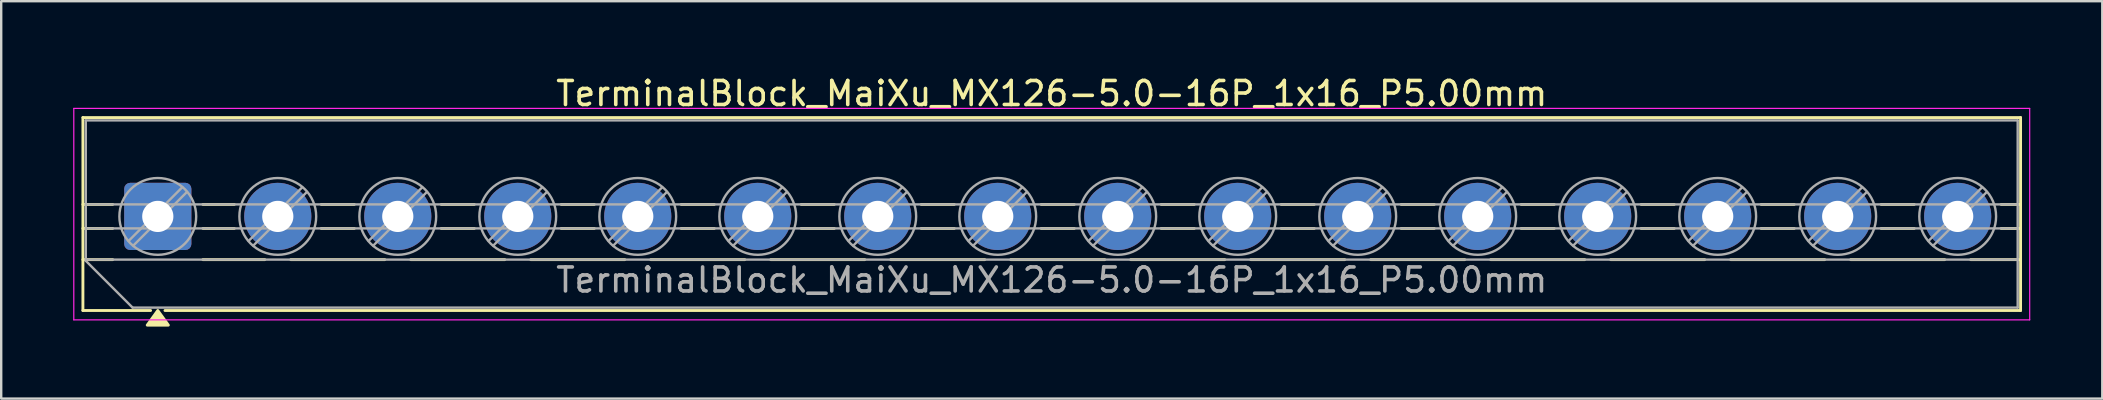
<source format=kicad_pcb>
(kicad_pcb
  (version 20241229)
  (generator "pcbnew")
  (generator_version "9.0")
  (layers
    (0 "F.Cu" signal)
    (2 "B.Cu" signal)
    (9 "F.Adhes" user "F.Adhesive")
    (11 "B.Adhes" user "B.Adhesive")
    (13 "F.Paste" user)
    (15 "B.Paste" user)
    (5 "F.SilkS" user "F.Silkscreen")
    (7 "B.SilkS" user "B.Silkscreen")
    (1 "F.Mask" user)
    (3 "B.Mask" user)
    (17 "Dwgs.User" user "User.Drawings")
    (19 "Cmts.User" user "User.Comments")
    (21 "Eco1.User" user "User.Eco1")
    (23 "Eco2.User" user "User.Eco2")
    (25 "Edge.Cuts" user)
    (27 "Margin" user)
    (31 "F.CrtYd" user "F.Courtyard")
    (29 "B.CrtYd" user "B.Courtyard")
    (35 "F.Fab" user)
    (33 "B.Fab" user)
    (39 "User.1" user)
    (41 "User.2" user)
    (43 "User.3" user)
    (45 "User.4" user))
  (footprint "TerminalBlock_MaiXu_MX126-5.0-16P_1x16_P5.00mm"
    (layer "F.Cu")
    (at 3.525 5.968)
    (property "Reference" "TerminalBlock_MaiXu_MX126-5.0-16P_1x16_P5.00mm" (at 37.25 -5.12 0) (layer "F.SilkS") (effects (font (size 1 1) (thickness 0.15))))
    (attr through_hole)
    (fp_line (start -3.12 -4.12) (end 77.62 -4.12) (stroke (width 0.12) (type solid)) (layer "F.SilkS"))
    (fp_line (start -3.12 -0.5) (end -1.88 -0.5) (stroke (width 0.12) (type solid)) (layer "F.SilkS"))
    (fp_line (start -3.12 0.5) (end -1.88 0.5) (stroke (width 0.12) (type solid)) (layer "F.SilkS"))
    (fp_line (start -3.12 1.8) (end -1.88 1.8) (stroke (width 0.12) (type solid)) (layer "F.SilkS"))
    (fp_line (start -3.12 3.92) (end -3.12 -4.12) (stroke (width 0.12) (type solid)) (layer "F.SilkS"))
    (fp_line (start -0.3 3.92) (end -3.12 3.92) (stroke (width 0.12) (type solid)) (layer "F.SilkS"))
    (fp_line (start 1.88 -0.5) (end 3.188 -0.5) (stroke (width 0.12) (type solid)) (layer "F.SilkS"))
    (fp_line (start 1.88 0.5) (end 3.188 0.5) (stroke (width 0.12) (type solid)) (layer "F.SilkS"))
    (fp_line (start 1.88 1.8) (end 4.457 1.8) (stroke (width 0.12) (type solid)) (layer "F.SilkS"))
    (fp_line (start 5.543 1.8) (end 9.457 1.8) (stroke (width 0.12) (type solid)) (layer "F.SilkS"))
    (fp_line (start 6.812 -0.5) (end 8.188 -0.5) (stroke (width 0.12) (type solid)) (layer "F.SilkS"))
    (fp_line (start 6.812 0.5) (end 8.188 0.5) (stroke (width 0.12) (type solid)) (layer "F.SilkS"))
    (fp_line (start 10.543 1.8) (end 14.457 1.8) (stroke (width 0.12) (type solid)) (layer "F.SilkS"))
    (fp_line (start 11.812 -0.5) (end 13.188 -0.5) (stroke (width 0.12) (type solid)) (layer "F.SilkS"))
    (fp_line (start 11.812 0.5) (end 13.188 0.5) (stroke (width 0.12) (type solid)) (layer "F.SilkS"))
    (fp_line (start 15.543 1.8) (end 19.457 1.8) (stroke (width 0.12) (type solid)) (layer "F.SilkS"))
    (fp_line (start 16.812 -0.5) (end 18.188 -0.5) (stroke (width 0.12) (type solid)) (layer "F.SilkS"))
    (fp_line (start 16.812 0.5) (end 18.188 0.5) (stroke (width 0.12) (type solid)) (layer "F.SilkS"))
    (fp_line (start 20.543 1.8) (end 24.457 1.8) (stroke (width 0.12) (type solid)) (layer "F.SilkS"))
    (fp_line (start 21.812 -0.5) (end 23.188 -0.5) (stroke (width 0.12) (type solid)) (layer "F.SilkS"))
    (fp_line (start 21.812 0.5) (end 23.188 0.5) (stroke (width 0.12) (type solid)) (layer "F.SilkS"))
    (fp_line (start 25.543 1.8) (end 29.457 1.8) (stroke (width 0.12) (type solid)) (layer "F.SilkS"))
    (fp_line (start 26.812 -0.5) (end 28.188 -0.5) (stroke (width 0.12) (type solid)) (layer "F.SilkS"))
    (fp_line (start 26.812 0.5) (end 28.188 0.5) (stroke (width 0.12) (type solid)) (layer "F.SilkS"))
    (fp_line (start 30.543 1.8) (end 34.457 1.8) (stroke (width 0.12) (type solid)) (layer "F.SilkS"))
    (fp_line (start 31.812 -0.5) (end 33.188 -0.5) (stroke (width 0.12) (type solid)) (layer "F.SilkS"))
    (fp_line (start 31.812 0.5) (end 33.188 0.5) (stroke (width 0.12) (type solid)) (layer "F.SilkS"))
    (fp_line (start 35.543 1.8) (end 39.457 1.8) (stroke (width 0.12) (type solid)) (layer "F.SilkS"))
    (fp_line (start 36.812 -0.5) (end 38.188 -0.5) (stroke (width 0.12) (type solid)) (layer "F.SilkS"))
    (fp_line (start 36.812 0.5) (end 38.188 0.5) (stroke (width 0.12) (type solid)) (layer "F.SilkS"))
    (fp_line (start 40.543 1.8) (end 44.457 1.8) (stroke (width 0.12) (type solid)) (layer "F.SilkS"))
    (fp_line (start 41.812 -0.5) (end 43.188 -0.5) (stroke (width 0.12) (type solid)) (layer "F.SilkS"))
    (fp_line (start 41.812 0.5) (end 43.188 0.5) (stroke (width 0.12) (type solid)) (layer "F.SilkS"))
    (fp_line (start 45.543 1.8) (end 49.457 1.8) (stroke (width 0.12) (type solid)) (layer "F.SilkS"))
    (fp_line (start 46.812 -0.5) (end 48.188 -0.5) (stroke (width 0.12) (type solid)) (layer "F.SilkS"))
    (fp_line (start 46.812 0.5) (end 48.188 0.5) (stroke (width 0.12) (type solid)) (layer "F.SilkS"))
    (fp_line (start 50.543 1.8) (end 54.457 1.8) (stroke (width 0.12) (type solid)) (layer "F.SilkS"))
    (fp_line (start 51.812 -0.5) (end 53.188 -0.5) (stroke (width 0.12) (type solid)) (layer "F.SilkS"))
    (fp_line (start 51.812 0.5) (end 53.188 0.5) (stroke (width 0.12) (type solid)) (layer "F.SilkS"))
    (fp_line (start 55.543 1.8) (end 59.457 1.8) (stroke (width 0.12) (type solid)) (layer "F.SilkS"))
    (fp_line (start 56.812 -0.5) (end 58.188 -0.5) (stroke (width 0.12) (type solid)) (layer "F.SilkS"))
    (fp_line (start 56.812 0.5) (end 58.188 0.5) (stroke (width 0.12) (type solid)) (layer "F.SilkS"))
    (fp_line (start 60.543 1.8) (end 64.457 1.8) (stroke (width 0.12) (type solid)) (layer "F.SilkS"))
    (fp_line (start 61.812 -0.5) (end 63.188 -0.5) (stroke (width 0.12) (type solid)) (layer "F.SilkS"))
    (fp_line (start 61.812 0.5) (end 63.188 0.5) (stroke (width 0.12) (type solid)) (layer "F.SilkS"))
    (fp_line (start 65.543 1.8) (end 69.457 1.8) (stroke (width 0.12) (type solid)) (layer "F.SilkS"))
    (fp_line (start 66.812 -0.5) (end 68.188 -0.5) (stroke (width 0.12) (type solid)) (layer "F.SilkS"))
    (fp_line (start 66.812 0.5) (end 68.188 0.5) (stroke (width 0.12) (type solid)) (layer "F.SilkS"))
    (fp_line (start 70.543 1.8) (end 74.457 1.8) (stroke (width 0.12) (type solid)) (layer "F.SilkS"))
    (fp_line (start 71.812 -0.5) (end 73.188 -0.5) (stroke (width 0.12) (type solid)) (layer "F.SilkS"))
    (fp_line (start 71.812 0.5) (end 73.188 0.5) (stroke (width 0.12) (type solid)) (layer "F.SilkS"))
    (fp_line (start 75.543 1.8) (end 77.62 1.8) (stroke (width 0.12) (type solid)) (layer "F.SilkS"))
    (fp_line (start 76.812 -0.5) (end 77.62 -0.5) (stroke (width 0.12) (type solid)) (layer "F.SilkS"))
    (fp_line (start 76.812 0.5) (end 77.62 0.5) (stroke (width 0.12) (type solid)) (layer "F.SilkS"))
    (fp_line (start 77.62 -4.12) (end 77.62 3.92) (stroke (width 0.12) (type solid)) (layer "F.SilkS"))
    (fp_line (start 77.62 3.92) (end 0.3 3.92) (stroke (width 0.12) (type solid)) (layer "F.SilkS"))
    (fp_poly (pts (xy 0 3.92) (xy 0.44 4.53) (xy -0.44 4.53)) (stroke (width 0.12) (type solid)) (fill yes) (layer "F.SilkS"))
    (fp_line (start -3.5 -4.5) (end -3.5 4.31) (stroke (width 0.05) (type solid)) (layer "F.CrtYd"))
    (fp_line (start -3.5 4.31) (end 78 4.31) (stroke (width 0.05) (type solid)) (layer "F.CrtYd"))
    (fp_line (start 78 -4.5) (end -3.5 -4.5) (stroke (width 0.05) (type solid)) (layer "F.CrtYd"))
    (fp_line (start 78 4.31) (end 78 -4.5) (stroke (width 0.05) (type solid)) (layer "F.CrtYd"))
    (fp_line (start -3 -4) (end 77.5 -4) (stroke (width 0.1) (type solid)) (layer "F.Fab"))
    (fp_line (start -3 -0.5) (end 77.5 -0.5) (stroke (width 0.1) (type solid)) (layer "F.Fab"))
    (fp_line (start -3 0.5) (end 77.5 0.5) (stroke (width 0.1) (type solid)) (layer "F.Fab"))
    (fp_line (start -3 1.8) (end 77.5 1.8) (stroke (width 0.1) (type solid)) (layer "F.Fab"))
    (fp_line (start -3 1.85) (end -3 -4) (stroke (width 0.1) (type solid)) (layer "F.Fab"))
    (fp_line (start -1.05 3.8) (end -3 1.85) (stroke (width 0.1) (type solid)) (layer "F.Fab"))
    (fp_line (start 1.018 -1.213) (end -1.213 1.018) (stroke (width 0.1) (type solid)) (layer "F.Fab"))
    (fp_line (start 1.213 -1.018) (end -1.018 1.213) (stroke (width 0.1) (type solid)) (layer "F.Fab"))
    (fp_line (start 6.018 -1.213) (end 3.787 1.018) (stroke (width 0.1) (type solid)) (layer "F.Fab"))
    (fp_line (start 6.213 -1.018) (end 3.982 1.213) (stroke (width 0.1) (type solid)) (layer "F.Fab"))
    (fp_line (start 11.018 -1.213) (end 8.787 1.018) (stroke (width 0.1) (type solid)) (layer "F.Fab"))
    (fp_line (start 11.213 -1.018) (end 8.982 1.213) (stroke (width 0.1) (type solid)) (layer "F.Fab"))
    (fp_line (start 16.018 -1.213) (end 13.787 1.018) (stroke (width 0.1) (type solid)) (layer "F.Fab"))
    (fp_line (start 16.213 -1.018) (end 13.982 1.213) (stroke (width 0.1) (type solid)) (layer "F.Fab"))
    (fp_line (start 21.018 -1.213) (end 18.787 1.018) (stroke (width 0.1) (type solid)) (layer "F.Fab"))
    (fp_line (start 21.213 -1.018) (end 18.982 1.213) (stroke (width 0.1) (type solid)) (layer "F.Fab"))
    (fp_line (start 26.018 -1.213) (end 23.787 1.018) (stroke (width 0.1) (type solid)) (layer "F.Fab"))
    (fp_line (start 26.213 -1.018) (end 23.982 1.213) (stroke (width 0.1) (type solid)) (layer "F.Fab"))
    (fp_line (start 31.018 -1.213) (end 28.787 1.018) (stroke (width 0.1) (type solid)) (layer "F.Fab"))
    (fp_line (start 31.213 -1.018) (end 28.982 1.213) (stroke (width 0.1) (type solid)) (layer "F.Fab"))
    (fp_line (start 36.018 -1.213) (end 33.787 1.018) (stroke (width 0.1) (type solid)) (layer "F.Fab"))
    (fp_line (start 36.213 -1.018) (end 33.982 1.213) (stroke (width 0.1) (type solid)) (layer "F.Fab"))
    (fp_line (start 41.018 -1.213) (end 38.787 1.018) (stroke (width 0.1) (type solid)) (layer "F.Fab"))
    (fp_line (start 41.213 -1.018) (end 38.982 1.213) (stroke (width 0.1) (type solid)) (layer "F.Fab"))
    (fp_line (start 46.018 -1.213) (end 43.787 1.018) (stroke (width 0.1) (type solid)) (layer "F.Fab"))
    (fp_line (start 46.213 -1.018) (end 43.982 1.213) (stroke (width 0.1) (type solid)) (layer "F.Fab"))
    (fp_line (start 51.018 -1.213) (end 48.787 1.018) (stroke (width 0.1) (type solid)) (layer "F.Fab"))
    (fp_line (start 51.213 -1.018) (end 48.982 1.213) (stroke (width 0.1) (type solid)) (layer "F.Fab"))
    (fp_line (start 56.018 -1.213) (end 53.787 1.018) (stroke (width 0.1) (type solid)) (layer "F.Fab"))
    (fp_line (start 56.213 -1.018) (end 53.982 1.213) (stroke (width 0.1) (type solid)) (layer "F.Fab"))
    (fp_line (start 61.018 -1.213) (end 58.787 1.018) (stroke (width 0.1) (type solid)) (layer "F.Fab"))
    (fp_line (start 61.213 -1.018) (end 58.982 1.213) (stroke (width 0.1) (type solid)) (layer "F.Fab"))
    (fp_line (start 66.018 -1.213) (end 63.787 1.018) (stroke (width 0.1) (type solid)) (layer "F.Fab"))
    (fp_line (start 66.213 -1.018) (end 63.982 1.213) (stroke (width 0.1) (type solid)) (layer "F.Fab"))
    (fp_line (start 71.018 -1.213) (end 68.787 1.018) (stroke (width 0.1) (type solid)) (layer "F.Fab"))
    (fp_line (start 71.213 -1.018) (end 68.982 1.213) (stroke (width 0.1) (type solid)) (layer "F.Fab"))
    (fp_line (start 76.018 -1.213) (end 73.787 1.018) (stroke (width 0.1) (type solid)) (layer "F.Fab"))
    (fp_line (start 76.213 -1.018) (end 73.982 1.213) (stroke (width 0.1) (type solid)) (layer "F.Fab"))
    (fp_line (start 77.5 -4) (end 77.5 3.8) (stroke (width 0.1) (type solid)) (layer "F.Fab"))
    (fp_line (start 77.5 3.8) (end -1.05 3.8) (stroke (width 0.1) (type solid)) (layer "F.Fab"))
    (fp_circle (center 0 0) (end 1.6 0) (stroke (width 0.1) (type solid)) (fill no) (layer "F.Fab"))
    (fp_circle (center 5 0) (end 6.6 0) (stroke (width 0.1) (type solid)) (fill no) (layer "F.Fab"))
    (fp_circle (center 10 0) (end 11.6 0) (stroke (width 0.1) (type solid)) (fill no) (layer "F.Fab"))
    (fp_circle (center 15 0) (end 16.6 0) (stroke (width 0.1) (type solid)) (fill no) (layer "F.Fab"))
    (fp_circle (center 20 0) (end 21.6 0) (stroke (width 0.1) (type solid)) (fill no) (layer "F.Fab"))
    (fp_circle (center 25 0) (end 26.6 0) (stroke (width 0.1) (type solid)) (fill no) (layer "F.Fab"))
    (fp_circle (center 30 0) (end 31.6 0) (stroke (width 0.1) (type solid)) (fill no) (layer "F.Fab"))
    (fp_circle (center 35 0) (end 36.6 0) (stroke (width 0.1) (type solid)) (fill no) (layer "F.Fab"))
    (fp_circle (center 40 0) (end 41.6 0) (stroke (width 0.1) (type solid)) (fill no) (layer "F.Fab"))
    (fp_circle (center 45 0) (end 46.6 0) (stroke (width 0.1) (type solid)) (fill no) (layer "F.Fab"))
    (fp_circle (center 50 0) (end 51.6 0) (stroke (width 0.1) (type solid)) (fill no) (layer "F.Fab"))
    (fp_circle (center 55 0) (end 56.6 0) (stroke (width 0.1) (type solid)) (fill no) (layer "F.Fab"))
    (fp_circle (center 60 0) (end 61.6 0) (stroke (width 0.1) (type solid)) (fill no) (layer "F.Fab"))
    (fp_circle (center 65 0) (end 66.6 0) (stroke (width 0.1) (type solid)) (fill no) (layer "F.Fab"))
    (fp_circle (center 70 0) (end 71.6 0) (stroke (width 0.1) (type solid)) (fill no) (layer "F.Fab"))
    (fp_circle (center 75 0) (end 76.6 0) (stroke (width 0.1) (type solid)) (fill no) (layer "F.Fab"))
    (fp_text user "${REFERENCE}" (at 37.25 2.65 0) (layer "F.Fab") (effects (font (size 1 1) (thickness 0.15))))
    (pad "1" thru_hole roundrect (at 0 0) (size 2.8 2.8) (drill 1.3) (layers "*.Cu" "*.Mask") (roundrect_rratio 0.089))
    (pad "2" thru_hole circle (at 5 0) (size 2.8 2.8) (drill 1.3) (layers "*.Cu" "*.Mask"))
    (pad "3" thru_hole circle (at 10 0) (size 2.8 2.8) (drill 1.3) (layers "*.Cu" "*.Mask"))
    (pad "4" thru_hole circle (at 15 0) (size 2.8 2.8) (drill 1.3) (layers "*.Cu" "*.Mask"))
    (pad "5" thru_hole circle (at 20 0) (size 2.8 2.8) (drill 1.3) (layers "*.Cu" "*.Mask"))
    (pad "6" thru_hole circle (at 25 0) (size 2.8 2.8) (drill 1.3) (layers "*.Cu" "*.Mask"))
    (pad "7" thru_hole circle (at 30 0) (size 2.8 2.8) (drill 1.3) (layers "*.Cu" "*.Mask"))
    (pad "8" thru_hole circle (at 35 0) (size 2.8 2.8) (drill 1.3) (layers "*.Cu" "*.Mask"))
    (pad "9" thru_hole circle (at 40 0) (size 2.8 2.8) (drill 1.3) (layers "*.Cu" "*.Mask"))
    (pad "10" thru_hole circle (at 45 0) (size 2.8 2.8) (drill 1.3) (layers "*.Cu" "*.Mask"))
    (pad "11" thru_hole circle (at 50 0) (size 2.8 2.8) (drill 1.3) (layers "*.Cu" "*.Mask"))
    (pad "12" thru_hole circle (at 55 0) (size 2.8 2.8) (drill 1.3) (layers "*.Cu" "*.Mask"))
    (pad "13" thru_hole circle (at 60 0) (size 2.8 2.8) (drill 1.3) (layers "*.Cu" "*.Mask"))
    (pad "14" thru_hole circle (at 65 0) (size 2.8 2.8) (drill 1.3) (layers "*.Cu" "*.Mask"))
    (pad "15" thru_hole circle (at 70 0) (size 2.8 2.8) (drill 1.3) (layers "*.Cu" "*.Mask"))
    (pad "16" thru_hole circle (at 75 0) (size 2.8 2.8) (drill 1.3) (layers "*.Cu" "*.Mask")))
  (gr_rect
    (start -3 -3)
    (end 84.55 13.558)
    (stroke (width 0.1) (type default))
    (fill no)
    (layer "Edge.Cuts")))
</source>
